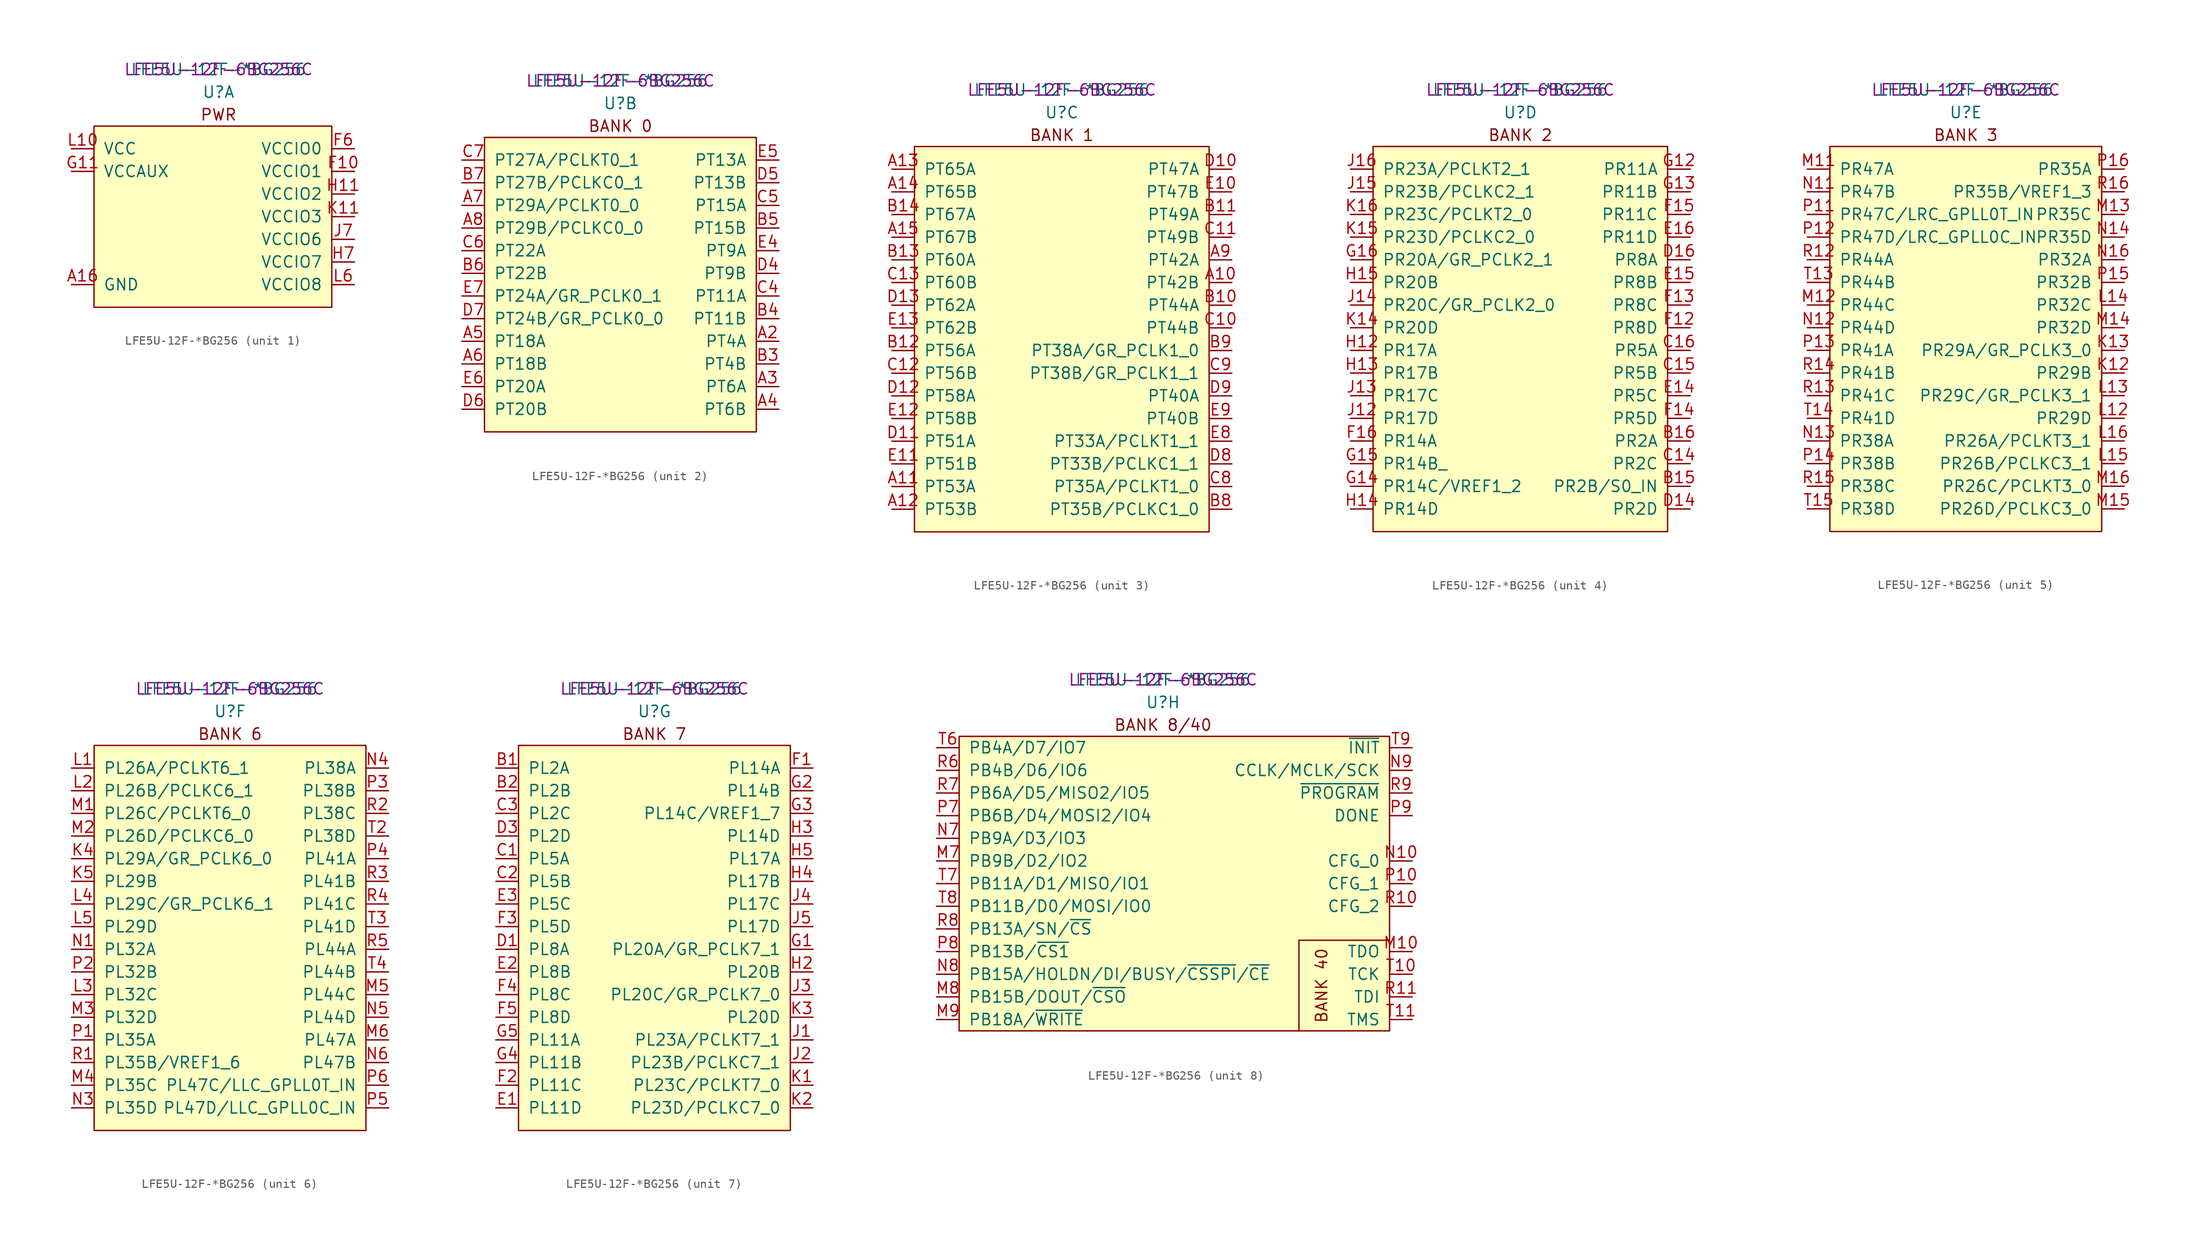
<source format=kicad_sym>
(kicad_symbol_lib
  (version 20231120)
  (generator "kicad_symbol_editor")
  (generator_version "8.0")
  (symbol "LFE5U-12F-*BG256"
    (pin_names
      (offset 1.016))
    (property "Reference" "U"
      (at 0 6.35 0)
      (effects (font (size 1.27 1.27))))
    (property "Value" "LFE5U-12F-*BG256"
      (at 0 8.89 0)
      (effects (font (size 1.27 1.27))))
    (property "MPN" "LFE5U-12F-6BG256C"
      (at 0 8.89 0)
      (effects (font (size 1.27 1.27))))
    (property "ki_locked" ""
      (at 0 0 0)
      (effects (font (size 1.27 1.27))))
    (symbol "LFE5U-12F-*BG256_1_0"
      (text "PWR" (at 0 3.81 0) (effects (font (size 1.27 1.27)))))
    (symbol "LFE5U-12F-*BG256_1_1"
      (rectangle (start -13.97 2.54) (end 12.7 -17.78) (stroke (width 0) (type default)) (fill (type background)))
      (pin passive line (at -16.51 -15.24 0) (length 2.54) hide (name "GND" (effects (font (size 1.27 1.27)))) (number "A1" (effects (font (size 1.27 1.27)))))
      (pin passive line (at -16.51 -15.24 0) (length 2.54) (name "GND" (effects (font (size 1.27 1.27)))) (number "A16" (effects (font (size 1.27 1.27)))))
      (pin passive line (at -16.51 -15.24 0) (length 2.54) hide (name "GND" (effects (font (size 1.27 1.27)))) (number "D15" (effects (font (size 1.27 1.27)))))
      (pin passive line (at -16.51 -15.24 0) (length 2.54) hide (name "GND" (effects (font (size 1.27 1.27)))) (number "D2" (effects (font (size 1.27 1.27)))))
      (pin power_in line (at 15.24 -2.54 180) (length 2.54) (name "VCCIO1" (effects (font (size 1.27 1.27)))) (number "F10" (effects (font (size 1.27 1.27)))))
      (pin passive line (at 15.24 -2.54 180) (length 2.54) hide (name "VCCIO1" (effects (font (size 1.27 1.27)))) (number "F11" (effects (font (size 1.27 1.27)))))
      (pin power_in line (at 15.24 0 180) (length 2.54) (name "VCCIO0" (effects (font (size 1.27 1.27)))) (number "F6" (effects (font (size 1.27 1.27)))))
      (pin passive line (at 15.24 0 180) (length 2.54) hide (name "VCCIO0" (effects (font (size 1.27 1.27)))) (number "F7" (effects (font (size 1.27 1.27)))))
      (pin passive line (at -16.51 -15.24 0) (length 2.54) hide (name "GND" (effects (font (size 1.27 1.27)))) (number "F8" (effects (font (size 1.27 1.27)))))
      (pin passive line (at -16.51 -15.24 0) (length 2.54) hide (name "GND" (effects (font (size 1.27 1.27)))) (number "F9" (effects (font (size 1.27 1.27)))))
      (pin passive line (at -16.51 -15.24 0) (length 2.54) hide (name "GND" (effects (font (size 1.27 1.27)))) (number "G10" (effects (font (size 1.27 1.27)))))
      (pin power_in line (at -16.51 -2.54 0) (length 2.54) (name "VCCAUX" (effects (font (size 1.27 1.27)))) (number "G11" (effects (font (size 1.27 1.27)))))
      (pin passive line (at -16.51 0 0) (length 2.54) hide (name "VCC" (effects (font (size 1.27 1.27)))) (number "G6" (effects (font (size 1.27 1.27)))))
      (pin passive line (at -16.51 0 0) (length 2.54) hide (name "VCC" (effects (font (size 1.27 1.27)))) (number "G7" (effects (font (size 1.27 1.27)))))
      (pin passive line (at -16.51 -15.24 0) (length 2.54) hide (name "GND" (effects (font (size 1.27 1.27)))) (number "G8" (effects (font (size 1.27 1.27)))))
      (pin passive line (at -16.51 0 0) (length 2.54) hide (name "VCC" (effects (font (size 1.27 1.27)))) (number "G9" (effects (font (size 1.27 1.27)))))
      (pin passive line (at -16.51 -15.24 0) (length 2.54) hide (name "GND" (effects (font (size 1.27 1.27)))) (number "H1" (effects (font (size 1.27 1.27)))))
      (pin passive line (at -16.51 -15.24 0) (length 2.54) hide (name "GND" (effects (font (size 1.27 1.27)))) (number "H10" (effects (font (size 1.27 1.27)))))
      (pin power_in line (at 15.24 -5.08 180) (length 2.54) (name "VCCIO2" (effects (font (size 1.27 1.27)))) (number "H11" (effects (font (size 1.27 1.27)))))
      (pin passive line (at -16.51 -15.24 0) (length 2.54) hide (name "GND" (effects (font (size 1.27 1.27)))) (number "H16" (effects (font (size 1.27 1.27)))))
      (pin passive line (at 15.24 -12.7 180) (length 2.54) hide (name "VCCIO7" (effects (font (size 1.27 1.27)))) (number "H6" (effects (font (size 1.27 1.27)))))
      (pin power_in line (at 15.24 -12.7 180) (length 2.54) (name "VCCIO7" (effects (font (size 1.27 1.27)))) (number "H7" (effects (font (size 1.27 1.27)))))
      (pin passive line (at -16.51 -15.24 0) (length 2.54) hide (name "GND" (effects (font (size 1.27 1.27)))) (number "H8" (effects (font (size 1.27 1.27)))))
      (pin passive line (at -16.51 -15.24 0) (length 2.54) hide (name "GND" (effects (font (size 1.27 1.27)))) (number "H9" (effects (font (size 1.27 1.27)))))
      (pin passive line (at -16.51 -15.24 0) (length 2.54) hide (name "GND" (effects (font (size 1.27 1.27)))) (number "J10" (effects (font (size 1.27 1.27)))))
      (pin passive line (at 15.24 -5.08 180) (length 2.54) hide (name "VCCIO2" (effects (font (size 1.27 1.27)))) (number "J11" (effects (font (size 1.27 1.27)))))
      (pin passive line (at 15.24 -10.16 180) (length 2.54) hide (name "VCCIO6" (effects (font (size 1.27 1.27)))) (number "J6" (effects (font (size 1.27 1.27)))))
      (pin power_in line (at 15.24 -10.16 180) (length 2.54) (name "VCCIO6" (effects (font (size 1.27 1.27)))) (number "J7" (effects (font (size 1.27 1.27)))))
      (pin passive line (at -16.51 -15.24 0) (length 2.54) hide (name "GND" (effects (font (size 1.27 1.27)))) (number "J8" (effects (font (size 1.27 1.27)))))
      (pin passive line (at -16.51 -15.24 0) (length 2.54) hide (name "GND" (effects (font (size 1.27 1.27)))) (number "J9" (effects (font (size 1.27 1.27)))))
      (pin passive line (at -16.51 -15.24 0) (length 2.54) hide (name "GND" (effects (font (size 1.27 1.27)))) (number "K10" (effects (font (size 1.27 1.27)))))
      (pin power_in line (at 15.24 -7.62 180) (length 2.54) (name "VCCIO3" (effects (font (size 1.27 1.27)))) (number "K11" (effects (font (size 1.27 1.27)))))
      (pin passive line (at -16.51 -15.24 0) (length 2.54) hide (name "GND" (effects (font (size 1.27 1.27)))) (number "K6" (effects (font (size 1.27 1.27)))))
      (pin passive line (at -16.51 -15.24 0) (length 2.54) hide (name "GND" (effects (font (size 1.27 1.27)))) (number "K7" (effects (font (size 1.27 1.27)))))
      (pin passive line (at -16.51 -15.24 0) (length 2.54) hide (name "GND" (effects (font (size 1.27 1.27)))) (number "K8" (effects (font (size 1.27 1.27)))))
      (pin passive line (at -16.51 -15.24 0) (length 2.54) hide (name "GND" (effects (font (size 1.27 1.27)))) (number "K9" (effects (font (size 1.27 1.27)))))
      (pin power_in line (at -16.51 0 0) (length 2.54) (name "VCC" (effects (font (size 1.27 1.27)))) (number "L10" (effects (font (size 1.27 1.27)))))
      (pin passive line (at 15.24 -7.62 180) (length 2.54) hide (name "VCCIO3" (effects (font (size 1.27 1.27)))) (number "L11" (effects (font (size 1.27 1.27)))))
      (pin power_in line (at 15.24 -15.24 180) (length 2.54) (name "VCCIO8" (effects (font (size 1.27 1.27)))) (number "L6" (effects (font (size 1.27 1.27)))))
      (pin passive line (at -16.51 -2.54 0) (length 2.54) hide (name "VCCAUX" (effects (font (size 1.27 1.27)))) (number "L7" (effects (font (size 1.27 1.27)))))
      (pin passive line (at -16.51 0 0) (length 2.54) hide (name "VCC" (effects (font (size 1.27 1.27)))) (number "L8" (effects (font (size 1.27 1.27)))))
      (pin passive line (at -16.51 0 0) (length 2.54) hide (name "VCC" (effects (font (size 1.27 1.27)))) (number "L9" (effects (font (size 1.27 1.27)))))
      (pin passive line (at -16.51 -15.24 0) (length 2.54) hide (name "GND" (effects (font (size 1.27 1.27)))) (number "N15" (effects (font (size 1.27 1.27)))))
      (pin passive line (at -16.51 -15.24 0) (length 2.54) hide (name "GND" (effects (font (size 1.27 1.27)))) (number "N2" (effects (font (size 1.27 1.27)))))
      (pin passive line (at -16.51 -15.24 0) (length 2.54) hide (name "GND" (effects (font (size 1.27 1.27)))) (number "T1" (effects (font (size 1.27 1.27)))))
      (pin passive line (at -16.51 -15.24 0) (length 2.54) hide (name "GND" (effects (font (size 1.27 1.27)))) (number "T12" (effects (font (size 1.27 1.27)))))
      (pin passive line (at -16.51 -15.24 0) (length 2.54) hide (name "GND" (effects (font (size 1.27 1.27)))) (number "T16" (effects (font (size 1.27 1.27)))))
      (pin passive line (at -16.51 -15.24 0) (length 2.54) hide (name "GND" (effects (font (size 1.27 1.27)))) (number "T5" (effects (font (size 1.27 1.27))))))
    (symbol "LFE5U-12F-*BG256_2_0"
      (rectangle (start -15.24 2.54) (end 15.24 -30.48) (stroke (width 0) (type default)) (fill (type background)))
      (text "BANK 0" (at 0 3.81 0) (effects (font (size 1.27 1.27)))))
    (symbol "LFE5U-12F-*BG256_2_1"
      (pin bidirectional line (at 17.78 -20.32 180) (length 2.54) (name "PT4A" (effects (font (size 1.27 1.27)))) (number "A2" (effects (font (size 1.27 1.27)))))
      (pin bidirectional line (at 17.78 -25.4 180) (length 2.54) (name "PT6A" (effects (font (size 1.27 1.27)))) (number "A3" (effects (font (size 1.27 1.27)))))
      (pin bidirectional line (at 17.78 -27.94 180) (length 2.54) (name "PT6B" (effects (font (size 1.27 1.27)))) (number "A4" (effects (font (size 1.27 1.27)))))
      (pin bidirectional line (at -17.78 -20.32 0) (length 2.54) (name "PT18A" (effects (font (size 1.27 1.27)))) (number "A5" (effects (font (size 1.27 1.27)))))
      (pin bidirectional line (at -17.78 -22.86 0) (length 2.54) (name "PT18B" (effects (font (size 1.27 1.27)))) (number "A6" (effects (font (size 1.27 1.27)))))
      (pin bidirectional line (at -17.78 -5.08 0) (length 2.54) (name "PT29A/PCLKT0_0" (effects (font (size 1.27 1.27)))) (number "A7" (effects (font (size 1.27 1.27)))))
      (pin bidirectional line (at -17.78 -7.62 0) (length 2.54) (name "PT29B/PCLKC0_0" (effects (font (size 1.27 1.27)))) (number "A8" (effects (font (size 1.27 1.27)))))
      (pin bidirectional line (at 17.78 -22.86 180) (length 2.54) (name "PT4B" (effects (font (size 1.27 1.27)))) (number "B3" (effects (font (size 1.27 1.27)))))
      (pin bidirectional line (at 17.78 -17.78 180) (length 2.54) (name "PT11B" (effects (font (size 1.27 1.27)))) (number "B4" (effects (font (size 1.27 1.27)))))
      (pin bidirectional line (at 17.78 -7.62 180) (length 2.54) (name "PT15B" (effects (font (size 1.27 1.27)))) (number "B5" (effects (font (size 1.27 1.27)))))
      (pin bidirectional line (at -17.78 -12.7 0) (length 2.54) (name "PT22B" (effects (font (size 1.27 1.27)))) (number "B6" (effects (font (size 1.27 1.27)))))
      (pin bidirectional line (at -17.78 -2.54 0) (length 2.54) (name "PT27B/PCLKC0_1" (effects (font (size 1.27 1.27)))) (number "B7" (effects (font (size 1.27 1.27)))))
      (pin bidirectional line (at 17.78 -15.24 180) (length 2.54) (name "PT11A" (effects (font (size 1.27 1.27)))) (number "C4" (effects (font (size 1.27 1.27)))))
      (pin bidirectional line (at 17.78 -5.08 180) (length 2.54) (name "PT15A" (effects (font (size 1.27 1.27)))) (number "C5" (effects (font (size 1.27 1.27)))))
      (pin bidirectional line (at -17.78 -10.16 0) (length 2.54) (name "PT22A" (effects (font (size 1.27 1.27)))) (number "C6" (effects (font (size 1.27 1.27)))))
      (pin bidirectional line (at -17.78 0 0) (length 2.54) (name "PT27A/PCLKT0_1" (effects (font (size 1.27 1.27)))) (number "C7" (effects (font (size 1.27 1.27)))))
      (pin bidirectional line (at 17.78 -12.7 180) (length 2.54) (name "PT9B" (effects (font (size 1.27 1.27)))) (number "D4" (effects (font (size 1.27 1.27)))))
      (pin bidirectional line (at 17.78 -2.54 180) (length 2.54) (name "PT13B" (effects (font (size 1.27 1.27)))) (number "D5" (effects (font (size 1.27 1.27)))))
      (pin bidirectional line (at -17.78 -27.94 0) (length 2.54) (name "PT20B" (effects (font (size 1.27 1.27)))) (number "D6" (effects (font (size 1.27 1.27)))))
      (pin bidirectional line (at -17.78 -17.78 0) (length 2.54) (name "PT24B/GR_PCLK0_0" (effects (font (size 1.27 1.27)))) (number "D7" (effects (font (size 1.27 1.27)))))
      (pin bidirectional line (at 17.78 -10.16 180) (length 2.54) (name "PT9A" (effects (font (size 1.27 1.27)))) (number "E4" (effects (font (size 1.27 1.27)))))
      (pin bidirectional line (at 17.78 0 180) (length 2.54) (name "PT13A" (effects (font (size 1.27 1.27)))) (number "E5" (effects (font (size 1.27 1.27)))))
      (pin bidirectional line (at -17.78 -25.4 0) (length 2.54) (name "PT20A" (effects (font (size 1.27 1.27)))) (number "E6" (effects (font (size 1.27 1.27)))))
      (pin bidirectional line (at -17.78 -15.24 0) (length 2.54) (name "PT24A/GR_PCLK0_1" (effects (font (size 1.27 1.27)))) (number "E7" (effects (font (size 1.27 1.27))))))
    (symbol "LFE5U-12F-*BG256_3_0"
      (rectangle (start -16.51 2.54) (end 16.51 -40.64) (stroke (width 0) (type default)) (fill (type background)))
      (text "BANK 1" (at 0 3.81 0) (effects (font (size 1.27 1.27)))))
    (symbol "LFE5U-12F-*BG256_3_1"
      (pin bidirectional line (at 19.05 -12.7 180) (length 2.54) (name "PT42B" (effects (font (size 1.27 1.27)))) (number "A10" (effects (font (size 1.27 1.27)))))
      (pin bidirectional line (at -19.05 -35.56 0) (length 2.54) (name "PT53A" (effects (font (size 1.27 1.27)))) (number "A11" (effects (font (size 1.27 1.27)))))
      (pin bidirectional line (at -19.05 -38.1 0) (length 2.54) (name "PT53B" (effects (font (size 1.27 1.27)))) (number "A12" (effects (font (size 1.27 1.27)))))
      (pin bidirectional line (at -19.05 0 0) (length 2.54) (name "PT65A" (effects (font (size 1.27 1.27)))) (number "A13" (effects (font (size 1.27 1.27)))))
      (pin bidirectional line (at -19.05 -2.54 0) (length 2.54) (name "PT65B" (effects (font (size 1.27 1.27)))) (number "A14" (effects (font (size 1.27 1.27)))))
      (pin bidirectional line (at -19.05 -7.62 0) (length 2.54) (name "PT67B" (effects (font (size 1.27 1.27)))) (number "A15" (effects (font (size 1.27 1.27)))))
      (pin bidirectional line (at 19.05 -10.16 180) (length 2.54) (name "PT42A" (effects (font (size 1.27 1.27)))) (number "A9" (effects (font (size 1.27 1.27)))))
      (pin bidirectional line (at 19.05 -15.24 180) (length 2.54) (name "PT44A" (effects (font (size 1.27 1.27)))) (number "B10" (effects (font (size 1.27 1.27)))))
      (pin bidirectional line (at 19.05 -5.08 180) (length 2.54) (name "PT49A" (effects (font (size 1.27 1.27)))) (number "B11" (effects (font (size 1.27 1.27)))))
      (pin bidirectional line (at -19.05 -20.32 0) (length 2.54) (name "PT56A" (effects (font (size 1.27 1.27)))) (number "B12" (effects (font (size 1.27 1.27)))))
      (pin bidirectional line (at -19.05 -10.16 0) (length 2.54) (name "PT60A" (effects (font (size 1.27 1.27)))) (number "B13" (effects (font (size 1.27 1.27)))))
      (pin bidirectional line (at -19.05 -5.08 0) (length 2.54) (name "PT67A" (effects (font (size 1.27 1.27)))) (number "B14" (effects (font (size 1.27 1.27)))))
      (pin bidirectional line (at 19.05 -38.1 180) (length 2.54) (name "PT35B/PCLKC1_0" (effects (font (size 1.27 1.27)))) (number "B8" (effects (font (size 1.27 1.27)))))
      (pin bidirectional line (at 19.05 -20.32 180) (length 2.54) (name "PT38A/GR_PCLK1_0" (effects (font (size 1.27 1.27)))) (number "B9" (effects (font (size 1.27 1.27)))))
      (pin bidirectional line (at 19.05 -17.78 180) (length 2.54) (name "PT44B" (effects (font (size 1.27 1.27)))) (number "C10" (effects (font (size 1.27 1.27)))))
      (pin bidirectional line (at 19.05 -7.62 180) (length 2.54) (name "PT49B" (effects (font (size 1.27 1.27)))) (number "C11" (effects (font (size 1.27 1.27)))))
      (pin bidirectional line (at -19.05 -22.86 0) (length 2.54) (name "PT56B" (effects (font (size 1.27 1.27)))) (number "C12" (effects (font (size 1.27 1.27)))))
      (pin bidirectional line (at -19.05 -12.7 0) (length 2.54) (name "PT60B" (effects (font (size 1.27 1.27)))) (number "C13" (effects (font (size 1.27 1.27)))))
      (pin bidirectional line (at 19.05 -35.56 180) (length 2.54) (name "PT35A/PCLKT1_0" (effects (font (size 1.27 1.27)))) (number "C8" (effects (font (size 1.27 1.27)))))
      (pin bidirectional line (at 19.05 -22.86 180) (length 2.54) (name "PT38B/GR_PCLK1_1" (effects (font (size 1.27 1.27)))) (number "C9" (effects (font (size 1.27 1.27)))))
      (pin bidirectional line (at 19.05 0 180) (length 2.54) (name "PT47A" (effects (font (size 1.27 1.27)))) (number "D10" (effects (font (size 1.27 1.27)))))
      (pin bidirectional line (at -19.05 -30.48 0) (length 2.54) (name "PT51A" (effects (font (size 1.27 1.27)))) (number "D11" (effects (font (size 1.27 1.27)))))
      (pin bidirectional line (at -19.05 -25.4 0) (length 2.54) (name "PT58A" (effects (font (size 1.27 1.27)))) (number "D12" (effects (font (size 1.27 1.27)))))
      (pin bidirectional line (at -19.05 -15.24 0) (length 2.54) (name "PT62A" (effects (font (size 1.27 1.27)))) (number "D13" (effects (font (size 1.27 1.27)))))
      (pin bidirectional line (at 19.05 -33.02 180) (length 2.54) (name "PT33B/PCLKC1_1" (effects (font (size 1.27 1.27)))) (number "D8" (effects (font (size 1.27 1.27)))))
      (pin bidirectional line (at 19.05 -25.4 180) (length 2.54) (name "PT40A" (effects (font (size 1.27 1.27)))) (number "D9" (effects (font (size 1.27 1.27)))))
      (pin bidirectional line (at 19.05 -2.54 180) (length 2.54) (name "PT47B" (effects (font (size 1.27 1.27)))) (number "E10" (effects (font (size 1.27 1.27)))))
      (pin bidirectional line (at -19.05 -33.02 0) (length 2.54) (name "PT51B" (effects (font (size 1.27 1.27)))) (number "E11" (effects (font (size 1.27 1.27)))))
      (pin bidirectional line (at -19.05 -27.94 0) (length 2.54) (name "PT58B" (effects (font (size 1.27 1.27)))) (number "E12" (effects (font (size 1.27 1.27)))))
      (pin bidirectional line (at -19.05 -17.78 0) (length 2.54) (name "PT62B" (effects (font (size 1.27 1.27)))) (number "E13" (effects (font (size 1.27 1.27)))))
      (pin bidirectional line (at 19.05 -30.48 180) (length 2.54) (name "PT33A/PCLKT1_1" (effects (font (size 1.27 1.27)))) (number "E8" (effects (font (size 1.27 1.27)))))
      (pin bidirectional line (at 19.05 -27.94 180) (length 2.54) (name "PT40B" (effects (font (size 1.27 1.27)))) (number "E9" (effects (font (size 1.27 1.27))))))
    (symbol "LFE5U-12F-*BG256_4_0"
      (rectangle (start -16.51 2.54) (end 16.51 -40.64) (stroke (width 0) (type default)) (fill (type background)))
      (text "BANK 2" (at 0 3.81 0) (effects (font (size 1.27 1.27)))))
    (symbol "LFE5U-12F-*BG256_4_1"
      (pin bidirectional line (at 19.05 -35.56 180) (length 2.54) (name "PR2B/S0_IN" (effects (font (size 1.27 1.27)))) (number "B15" (effects (font (size 1.27 1.27)))))
      (pin bidirectional line (at 19.05 -30.48 180) (length 2.54) (name "PR2A" (effects (font (size 1.27 1.27)))) (number "B16" (effects (font (size 1.27 1.27)))))
      (pin bidirectional line (at 19.05 -33.02 180) (length 2.54) (name "PR2C" (effects (font (size 1.27 1.27)))) (number "C14" (effects (font (size 1.27 1.27)))))
      (pin bidirectional line (at 19.05 -22.86 180) (length 2.54) (name "PR5B" (effects (font (size 1.27 1.27)))) (number "C15" (effects (font (size 1.27 1.27)))))
      (pin bidirectional line (at 19.05 -20.32 180) (length 2.54) (name "PR5A" (effects (font (size 1.27 1.27)))) (number "C16" (effects (font (size 1.27 1.27)))))
      (pin bidirectional line (at 19.05 -38.1 180) (length 2.54) (name "PR2D" (effects (font (size 1.27 1.27)))) (number "D14" (effects (font (size 1.27 1.27)))))
      (pin bidirectional line (at 19.05 -10.16 180) (length 2.54) (name "PR8A" (effects (font (size 1.27 1.27)))) (number "D16" (effects (font (size 1.27 1.27)))))
      (pin bidirectional line (at 19.05 -25.4 180) (length 2.54) (name "PR5C" (effects (font (size 1.27 1.27)))) (number "E14" (effects (font (size 1.27 1.27)))))
      (pin bidirectional line (at 19.05 -12.7 180) (length 2.54) (name "PR8B" (effects (font (size 1.27 1.27)))) (number "E15" (effects (font (size 1.27 1.27)))))
      (pin bidirectional line (at 19.05 -7.62 180) (length 2.54) (name "PR11D" (effects (font (size 1.27 1.27)))) (number "E16" (effects (font (size 1.27 1.27)))))
      (pin bidirectional line (at 19.05 -17.78 180) (length 2.54) (name "PR8D" (effects (font (size 1.27 1.27)))) (number "F12" (effects (font (size 1.27 1.27)))))
      (pin bidirectional line (at 19.05 -15.24 180) (length 2.54) (name "PR8C" (effects (font (size 1.27 1.27)))) (number "F13" (effects (font (size 1.27 1.27)))))
      (pin bidirectional line (at 19.05 -27.94 180) (length 2.54) (name "PR5D" (effects (font (size 1.27 1.27)))) (number "F14" (effects (font (size 1.27 1.27)))))
      (pin bidirectional line (at 19.05 -5.08 180) (length 2.54) (name "PR11C" (effects (font (size 1.27 1.27)))) (number "F15" (effects (font (size 1.27 1.27)))))
      (pin bidirectional line (at -19.05 -30.48 0) (length 2.54) (name "PR14A" (effects (font (size 1.27 1.27)))) (number "F16" (effects (font (size 1.27 1.27)))))
      (pin bidirectional line (at 19.05 0 180) (length 2.54) (name "PR11A" (effects (font (size 1.27 1.27)))) (number "G12" (effects (font (size 1.27 1.27)))))
      (pin bidirectional line (at 19.05 -2.54 180) (length 2.54) (name "PR11B" (effects (font (size 1.27 1.27)))) (number "G13" (effects (font (size 1.27 1.27)))))
      (pin bidirectional line (at -19.05 -35.56 0) (length 2.54) (name "PR14C/VREF1_2" (effects (font (size 1.27 1.27)))) (number "G14" (effects (font (size 1.27 1.27)))))
      (pin bidirectional line (at -19.05 -33.02 0) (length 2.54) (name "PR14B_" (effects (font (size 1.27 1.27)))) (number "G15" (effects (font (size 1.27 1.27)))))
      (pin bidirectional line (at -19.05 -10.16 0) (length 2.54) (name "PR20A/GR_PCLK2_1" (effects (font (size 1.27 1.27)))) (number "G16" (effects (font (size 1.27 1.27)))))
      (pin bidirectional line (at -19.05 -20.32 0) (length 2.54) (name "PR17A" (effects (font (size 1.27 1.27)))) (number "H12" (effects (font (size 1.27 1.27)))))
      (pin bidirectional line (at -19.05 -22.86 0) (length 2.54) (name "PR17B" (effects (font (size 1.27 1.27)))) (number "H13" (effects (font (size 1.27 1.27)))))
      (pin bidirectional line (at -19.05 -38.1 0) (length 2.54) (name "PR14D" (effects (font (size 1.27 1.27)))) (number "H14" (effects (font (size 1.27 1.27)))))
      (pin bidirectional line (at -19.05 -12.7 0) (length 2.54) (name "PR20B" (effects (font (size 1.27 1.27)))) (number "H15" (effects (font (size 1.27 1.27)))))
      (pin bidirectional line (at -19.05 -27.94 0) (length 2.54) (name "PR17D" (effects (font (size 1.27 1.27)))) (number "J12" (effects (font (size 1.27 1.27)))))
      (pin bidirectional line (at -19.05 -25.4 0) (length 2.54) (name "PR17C" (effects (font (size 1.27 1.27)))) (number "J13" (effects (font (size 1.27 1.27)))))
      (pin bidirectional line (at -19.05 -15.24 0) (length 2.54) (name "PR20C/GR_PCLK2_0" (effects (font (size 1.27 1.27)))) (number "J14" (effects (font (size 1.27 1.27)))))
      (pin bidirectional line (at -19.05 -2.54 0) (length 2.54) (name "PR23B/PCLKC2_1" (effects (font (size 1.27 1.27)))) (number "J15" (effects (font (size 1.27 1.27)))))
      (pin bidirectional line (at -19.05 0 0) (length 2.54) (name "PR23A/PCLKT2_1" (effects (font (size 1.27 1.27)))) (number "J16" (effects (font (size 1.27 1.27)))))
      (pin bidirectional line (at -19.05 -17.78 0) (length 2.54) (name "PR20D" (effects (font (size 1.27 1.27)))) (number "K14" (effects (font (size 1.27 1.27)))))
      (pin bidirectional line (at -19.05 -7.62 0) (length 2.54) (name "PR23D/PCLKC2_0" (effects (font (size 1.27 1.27)))) (number "K15" (effects (font (size 1.27 1.27)))))
      (pin bidirectional line (at -19.05 -5.08 0) (length 2.54) (name "PR23C/PCLKT2_0" (effects (font (size 1.27 1.27)))) (number "K16" (effects (font (size 1.27 1.27))))))
    (symbol "LFE5U-12F-*BG256_5_0"
      (rectangle (start -15.24 2.54) (end 15.24 -40.64) (stroke (width 0) (type default)) (fill (type background)))
      (text "BANK 3" (at 0 3.81 0) (effects (font (size 1.27 1.27)))))
    (symbol "LFE5U-12F-*BG256_5_1"
      (pin bidirectional line (at 17.78 -22.86 180) (length 2.54) (name "PR29B" (effects (font (size 1.27 1.27)))) (number "K12" (effects (font (size 1.27 1.27)))))
      (pin bidirectional line (at 17.78 -20.32 180) (length 2.54) (name "PR29A/GR_PCLK3_0" (effects (font (size 1.27 1.27)))) (number "K13" (effects (font (size 1.27 1.27)))))
      (pin bidirectional line (at 17.78 -27.94 180) (length 2.54) (name "PR29D" (effects (font (size 1.27 1.27)))) (number "L12" (effects (font (size 1.27 1.27)))))
      (pin bidirectional line (at 17.78 -25.4 180) (length 2.54) (name "PR29C/GR_PCLK3_1" (effects (font (size 1.27 1.27)))) (number "L13" (effects (font (size 1.27 1.27)))))
      (pin bidirectional line (at 17.78 -15.24 180) (length 2.54) (name "PR32C" (effects (font (size 1.27 1.27)))) (number "L14" (effects (font (size 1.27 1.27)))))
      (pin bidirectional line (at 17.78 -33.02 180) (length 2.54) (name "PR26B/PCLKC3_1" (effects (font (size 1.27 1.27)))) (number "L15" (effects (font (size 1.27 1.27)))))
      (pin bidirectional line (at 17.78 -30.48 180) (length 2.54) (name "PR26A/PCLKT3_1" (effects (font (size 1.27 1.27)))) (number "L16" (effects (font (size 1.27 1.27)))))
      (pin bidirectional line (at -17.78 0 0) (length 2.54) (name "PR47A" (effects (font (size 1.27 1.27)))) (number "M11" (effects (font (size 1.27 1.27)))))
      (pin bidirectional line (at -17.78 -15.24 0) (length 2.54) (name "PR44C" (effects (font (size 1.27 1.27)))) (number "M12" (effects (font (size 1.27 1.27)))))
      (pin bidirectional line (at 17.78 -5.08 180) (length 2.54) (name "PR35C" (effects (font (size 1.27 1.27)))) (number "M13" (effects (font (size 1.27 1.27)))))
      (pin bidirectional line (at 17.78 -17.78 180) (length 2.54) (name "PR32D" (effects (font (size 1.27 1.27)))) (number "M14" (effects (font (size 1.27 1.27)))))
      (pin bidirectional line (at 17.78 -38.1 180) (length 2.54) (name "PR26D/PCLKC3_0" (effects (font (size 1.27 1.27)))) (number "M15" (effects (font (size 1.27 1.27)))))
      (pin bidirectional line (at 17.78 -35.56 180) (length 2.54) (name "PR26C/PCLKT3_0" (effects (font (size 1.27 1.27)))) (number "M16" (effects (font (size 1.27 1.27)))))
      (pin bidirectional line (at -17.78 -2.54 0) (length 2.54) (name "PR47B" (effects (font (size 1.27 1.27)))) (number "N11" (effects (font (size 1.27 1.27)))))
      (pin bidirectional line (at -17.78 -17.78 0) (length 2.54) (name "PR44D" (effects (font (size 1.27 1.27)))) (number "N12" (effects (font (size 1.27 1.27)))))
      (pin bidirectional line (at -17.78 -30.48 0) (length 2.54) (name "PR38A" (effects (font (size 1.27 1.27)))) (number "N13" (effects (font (size 1.27 1.27)))))
      (pin bidirectional line (at 17.78 -7.62 180) (length 2.54) (name "PR35D" (effects (font (size 1.27 1.27)))) (number "N14" (effects (font (size 1.27 1.27)))))
      (pin bidirectional line (at 17.78 -10.16 180) (length 2.54) (name "PR32A" (effects (font (size 1.27 1.27)))) (number "N16" (effects (font (size 1.27 1.27)))))
      (pin bidirectional line (at -17.78 -5.08 0) (length 2.54) (name "PR47C/LRC_GPLL0T_IN" (effects (font (size 1.27 1.27)))) (number "P11" (effects (font (size 1.27 1.27)))))
      (pin bidirectional line (at -17.78 -7.62 0) (length 2.54) (name "PR47D/LRC_GPLL0C_IN" (effects (font (size 1.27 1.27)))) (number "P12" (effects (font (size 1.27 1.27)))))
      (pin bidirectional line (at -17.78 -20.32 0) (length 2.54) (name "PR41A" (effects (font (size 1.27 1.27)))) (number "P13" (effects (font (size 1.27 1.27)))))
      (pin bidirectional line (at -17.78 -33.02 0) (length 2.54) (name "PR38B" (effects (font (size 1.27 1.27)))) (number "P14" (effects (font (size 1.27 1.27)))))
      (pin bidirectional line (at 17.78 -12.7 180) (length 2.54) (name "PR32B" (effects (font (size 1.27 1.27)))) (number "P15" (effects (font (size 1.27 1.27)))))
      (pin bidirectional line (at 17.78 0 180) (length 2.54) (name "PR35A" (effects (font (size 1.27 1.27)))) (number "P16" (effects (font (size 1.27 1.27)))))
      (pin bidirectional line (at -17.78 -10.16 0) (length 2.54) (name "PR44A" (effects (font (size 1.27 1.27)))) (number "R12" (effects (font (size 1.27 1.27)))))
      (pin bidirectional line (at -17.78 -25.4 0) (length 2.54) (name "PR41C" (effects (font (size 1.27 1.27)))) (number "R13" (effects (font (size 1.27 1.27)))))
      (pin bidirectional line (at -17.78 -22.86 0) (length 2.54) (name "PR41B" (effects (font (size 1.27 1.27)))) (number "R14" (effects (font (size 1.27 1.27)))))
      (pin bidirectional line (at -17.78 -35.56 0) (length 2.54) (name "PR38C" (effects (font (size 1.27 1.27)))) (number "R15" (effects (font (size 1.27 1.27)))))
      (pin bidirectional line (at 17.78 -2.54 180) (length 2.54) (name "PR35B/VREF1_3" (effects (font (size 1.27 1.27)))) (number "R16" (effects (font (size 1.27 1.27)))))
      (pin bidirectional line (at -17.78 -12.7 0) (length 2.54) (name "PR44B" (effects (font (size 1.27 1.27)))) (number "T13" (effects (font (size 1.27 1.27)))))
      (pin bidirectional line (at -17.78 -27.94 0) (length 2.54) (name "PR41D" (effects (font (size 1.27 1.27)))) (number "T14" (effects (font (size 1.27 1.27)))))
      (pin bidirectional line (at -17.78 -38.1 0) (length 2.54) (name "PR38D" (effects (font (size 1.27 1.27)))) (number "T15" (effects (font (size 1.27 1.27))))))
    (symbol "LFE5U-12F-*BG256_6_1"
      (rectangle (start -15.24 2.54) (end 15.24 -40.64) (stroke (width 0) (type default)) (fill (type background)))
      (text "BANK 6" (at 0 3.81 0) (effects (font (size 1.27 1.27))))
      (pin bidirectional line (at -17.78 -10.16 0) (length 2.54) (name "PL29A/GR_PCLK6_0" (effects (font (size 1.27 1.27)))) (number "K4" (effects (font (size 1.27 1.27)))))
      (pin bidirectional line (at -17.78 -12.7 0) (length 2.54) (name "PL29B" (effects (font (size 1.27 1.27)))) (number "K5" (effects (font (size 1.27 1.27)))))
      (pin bidirectional line (at -17.78 0 0) (length 2.54) (name "PL26A/PCLKT6_1" (effects (font (size 1.27 1.27)))) (number "L1" (effects (font (size 1.27 1.27)))))
      (pin bidirectional line (at -17.78 -2.54 0) (length 2.54) (name "PL26B/PCLKC6_1" (effects (font (size 1.27 1.27)))) (number "L2" (effects (font (size 1.27 1.27)))))
      (pin bidirectional line (at -17.78 -25.4 0) (length 2.54) (name "PL32C" (effects (font (size 1.27 1.27)))) (number "L3" (effects (font (size 1.27 1.27)))))
      (pin bidirectional line (at -17.78 -15.24 0) (length 2.54) (name "PL29C/GR_PCLK6_1" (effects (font (size 1.27 1.27)))) (number "L4" (effects (font (size 1.27 1.27)))))
      (pin bidirectional line (at -17.78 -17.78 0) (length 2.54) (name "PL29D" (effects (font (size 1.27 1.27)))) (number "L5" (effects (font (size 1.27 1.27)))))
      (pin bidirectional line (at -17.78 -5.08 0) (length 2.54) (name "PL26C/PCLKT6_0" (effects (font (size 1.27 1.27)))) (number "M1" (effects (font (size 1.27 1.27)))))
      (pin bidirectional line (at -17.78 -7.62 0) (length 2.54) (name "PL26D/PCLKC6_0" (effects (font (size 1.27 1.27)))) (number "M2" (effects (font (size 1.27 1.27)))))
      (pin bidirectional line (at -17.78 -27.94 0) (length 2.54) (name "PL32D" (effects (font (size 1.27 1.27)))) (number "M3" (effects (font (size 1.27 1.27)))))
      (pin bidirectional line (at -17.78 -35.56 0) (length 2.54) (name "PL35C" (effects (font (size 1.27 1.27)))) (number "M4" (effects (font (size 1.27 1.27)))))
      (pin bidirectional line (at 17.78 -25.4 180) (length 2.54) (name "PL44C" (effects (font (size 1.27 1.27)))) (number "M5" (effects (font (size 1.27 1.27)))))
      (pin bidirectional line (at 17.78 -30.48 180) (length 2.54) (name "PL47A" (effects (font (size 1.27 1.27)))) (number "M6" (effects (font (size 1.27 1.27)))))
      (pin bidirectional line (at -17.78 -20.32 0) (length 2.54) (name "PL32A" (effects (font (size 1.27 1.27)))) (number "N1" (effects (font (size 1.27 1.27)))))
      (pin bidirectional line (at -17.78 -38.1 0) (length 2.54) (name "PL35D" (effects (font (size 1.27 1.27)))) (number "N3" (effects (font (size 1.27 1.27)))))
      (pin bidirectional line (at 17.78 0 180) (length 2.54) (name "PL38A" (effects (font (size 1.27 1.27)))) (number "N4" (effects (font (size 1.27 1.27)))))
      (pin bidirectional line (at 17.78 -27.94 180) (length 2.54) (name "PL44D" (effects (font (size 1.27 1.27)))) (number "N5" (effects (font (size 1.27 1.27)))))
      (pin bidirectional line (at 17.78 -33.02 180) (length 2.54) (name "PL47B" (effects (font (size 1.27 1.27)))) (number "N6" (effects (font (size 1.27 1.27)))))
      (pin bidirectional line (at -17.78 -30.48 0) (length 2.54) (name "PL35A" (effects (font (size 1.27 1.27)))) (number "P1" (effects (font (size 1.27 1.27)))))
      (pin bidirectional line (at -17.78 -22.86 0) (length 2.54) (name "PL32B" (effects (font (size 1.27 1.27)))) (number "P2" (effects (font (size 1.27 1.27)))))
      (pin bidirectional line (at 17.78 -2.54 180) (length 2.54) (name "PL38B" (effects (font (size 1.27 1.27)))) (number "P3" (effects (font (size 1.27 1.27)))))
      (pin bidirectional line (at 17.78 -10.16 180) (length 2.54) (name "PL41A" (effects (font (size 1.27 1.27)))) (number "P4" (effects (font (size 1.27 1.27)))))
      (pin bidirectional line (at 17.78 -38.1 180) (length 2.54) (name "PL47D/LLC_GPLL0C_IN" (effects (font (size 1.27 1.27)))) (number "P5" (effects (font (size 1.27 1.27)))))
      (pin bidirectional line (at 17.78 -35.56 180) (length 2.54) (name "PL47C/LLC_GPLL0T_IN" (effects (font (size 1.27 1.27)))) (number "P6" (effects (font (size 1.27 1.27)))))
      (pin bidirectional line (at -17.78 -33.02 0) (length 2.54) (name "PL35B/VREF1_6" (effects (font (size 1.27 1.27)))) (number "R1" (effects (font (size 1.27 1.27)))))
      (pin bidirectional line (at 17.78 -5.08 180) (length 2.54) (name "PL38C" (effects (font (size 1.27 1.27)))) (number "R2" (effects (font (size 1.27 1.27)))))
      (pin bidirectional line (at 17.78 -12.7 180) (length 2.54) (name "PL41B" (effects (font (size 1.27 1.27)))) (number "R3" (effects (font (size 1.27 1.27)))))
      (pin bidirectional line (at 17.78 -15.24 180) (length 2.54) (name "PL41C" (effects (font (size 1.27 1.27)))) (number "R4" (effects (font (size 1.27 1.27)))))
      (pin bidirectional line (at 17.78 -20.32 180) (length 2.54) (name "PL44A" (effects (font (size 1.27 1.27)))) (number "R5" (effects (font (size 1.27 1.27)))))
      (pin bidirectional line (at 17.78 -7.62 180) (length 2.54) (name "PL38D" (effects (font (size 1.27 1.27)))) (number "T2" (effects (font (size 1.27 1.27)))))
      (pin bidirectional line (at 17.78 -17.78 180) (length 2.54) (name "PL41D" (effects (font (size 1.27 1.27)))) (number "T3" (effects (font (size 1.27 1.27)))))
      (pin bidirectional line (at 17.78 -22.86 180) (length 2.54) (name "PL44B" (effects (font (size 1.27 1.27)))) (number "T4" (effects (font (size 1.27 1.27))))))
    (symbol "LFE5U-12F-*BG256_7_0"
      (rectangle (start -15.24 2.54) (end 15.24 -40.64) (stroke (width 0) (type default)) (fill (type background)))
      (text "BANK 7" (at 0 3.81 0) (effects (font (size 1.27 1.27)))))
    (symbol "LFE5U-12F-*BG256_7_1"
      (pin bidirectional line (at -17.78 0 0) (length 2.54) (name "PL2A" (effects (font (size 1.27 1.27)))) (number "B1" (effects (font (size 1.27 1.27)))))
      (pin bidirectional line (at -17.78 -2.54 0) (length 2.54) (name "PL2B" (effects (font (size 1.27 1.27)))) (number "B2" (effects (font (size 1.27 1.27)))))
      (pin bidirectional line (at -17.78 -10.16 0) (length 2.54) (name "PL5A" (effects (font (size 1.27 1.27)))) (number "C1" (effects (font (size 1.27 1.27)))))
      (pin bidirectional line (at -17.78 -12.7 0) (length 2.54) (name "PL5B" (effects (font (size 1.27 1.27)))) (number "C2" (effects (font (size 1.27 1.27)))))
      (pin bidirectional line (at -17.78 -5.08 0) (length 2.54) (name "PL2C" (effects (font (size 1.27 1.27)))) (number "C3" (effects (font (size 1.27 1.27)))))
      (pin bidirectional line (at -17.78 -20.32 0) (length 2.54) (name "PL8A" (effects (font (size 1.27 1.27)))) (number "D1" (effects (font (size 1.27 1.27)))))
      (pin bidirectional line (at -17.78 -7.62 0) (length 2.54) (name "PL2D" (effects (font (size 1.27 1.27)))) (number "D3" (effects (font (size 1.27 1.27)))))
      (pin bidirectional line (at -17.78 -38.1 0) (length 2.54) (name "PL11D" (effects (font (size 1.27 1.27)))) (number "E1" (effects (font (size 1.27 1.27)))))
      (pin bidirectional line (at -17.78 -22.86 0) (length 2.54) (name "PL8B" (effects (font (size 1.27 1.27)))) (number "E2" (effects (font (size 1.27 1.27)))))
      (pin bidirectional line (at -17.78 -15.24 0) (length 2.54) (name "PL5C" (effects (font (size 1.27 1.27)))) (number "E3" (effects (font (size 1.27 1.27)))))
      (pin bidirectional line (at 17.78 0 180) (length 2.54) (name "PL14A" (effects (font (size 1.27 1.27)))) (number "F1" (effects (font (size 1.27 1.27)))))
      (pin bidirectional line (at -17.78 -35.56 0) (length 2.54) (name "PL11C" (effects (font (size 1.27 1.27)))) (number "F2" (effects (font (size 1.27 1.27)))))
      (pin bidirectional line (at -17.78 -17.78 0) (length 2.54) (name "PL5D" (effects (font (size 1.27 1.27)))) (number "F3" (effects (font (size 1.27 1.27)))))
      (pin bidirectional line (at -17.78 -25.4 0) (length 2.54) (name "PL8C" (effects (font (size 1.27 1.27)))) (number "F4" (effects (font (size 1.27 1.27)))))
      (pin bidirectional line (at -17.78 -27.94 0) (length 2.54) (name "PL8D" (effects (font (size 1.27 1.27)))) (number "F5" (effects (font (size 1.27 1.27)))))
      (pin bidirectional line (at 17.78 -20.32 180) (length 2.54) (name "PL20A/GR_PCLK7_1" (effects (font (size 1.27 1.27)))) (number "G1" (effects (font (size 1.27 1.27)))))
      (pin bidirectional line (at 17.78 -2.54 180) (length 2.54) (name "PL14B" (effects (font (size 1.27 1.27)))) (number "G2" (effects (font (size 1.27 1.27)))))
      (pin bidirectional line (at 17.78 -5.08 180) (length 2.54) (name "PL14C/VREF1_7" (effects (font (size 1.27 1.27)))) (number "G3" (effects (font (size 1.27 1.27)))))
      (pin bidirectional line (at -17.78 -33.02 0) (length 2.54) (name "PL11B" (effects (font (size 1.27 1.27)))) (number "G4" (effects (font (size 1.27 1.27)))))
      (pin bidirectional line (at -17.78 -30.48 0) (length 2.54) (name "PL11A" (effects (font (size 1.27 1.27)))) (number "G5" (effects (font (size 1.27 1.27)))))
      (pin bidirectional line (at 17.78 -22.86 180) (length 2.54) (name "PL20B" (effects (font (size 1.27 1.27)))) (number "H2" (effects (font (size 1.27 1.27)))))
      (pin bidirectional line (at 17.78 -7.62 180) (length 2.54) (name "PL14D" (effects (font (size 1.27 1.27)))) (number "H3" (effects (font (size 1.27 1.27)))))
      (pin bidirectional line (at 17.78 -12.7 180) (length 2.54) (name "PL17B" (effects (font (size 1.27 1.27)))) (number "H4" (effects (font (size 1.27 1.27)))))
      (pin bidirectional line (at 17.78 -10.16 180) (length 2.54) (name "PL17A" (effects (font (size 1.27 1.27)))) (number "H5" (effects (font (size 1.27 1.27)))))
      (pin bidirectional line (at 17.78 -30.48 180) (length 2.54) (name "PL23A/PCLKT7_1" (effects (font (size 1.27 1.27)))) (number "J1" (effects (font (size 1.27 1.27)))))
      (pin bidirectional line (at 17.78 -33.02 180) (length 2.54) (name "PL23B/PCLKC7_1" (effects (font (size 1.27 1.27)))) (number "J2" (effects (font (size 1.27 1.27)))))
      (pin bidirectional line (at 17.78 -25.4 180) (length 2.54) (name "PL20C/GR_PCLK7_0" (effects (font (size 1.27 1.27)))) (number "J3" (effects (font (size 1.27 1.27)))))
      (pin bidirectional line (at 17.78 -15.24 180) (length 2.54) (name "PL17C" (effects (font (size 1.27 1.27)))) (number "J4" (effects (font (size 1.27 1.27)))))
      (pin bidirectional line (at 17.78 -17.78 180) (length 2.54) (name "PL17D" (effects (font (size 1.27 1.27)))) (number "J5" (effects (font (size 1.27 1.27)))))
      (pin bidirectional line (at 17.78 -35.56 180) (length 2.54) (name "PL23C/PCLKT7_0" (effects (font (size 1.27 1.27)))) (number "K1" (effects (font (size 1.27 1.27)))))
      (pin bidirectional line (at 17.78 -38.1 180) (length 2.54) (name "PL23D/PCLKC7_0" (effects (font (size 1.27 1.27)))) (number "K2" (effects (font (size 1.27 1.27)))))
      (pin bidirectional line (at 17.78 -27.94 180) (length 2.54) (name "PL20D" (effects (font (size 1.27 1.27)))) (number "K3" (effects (font (size 1.27 1.27))))))
    (symbol "LFE5U-12F-*BG256_8_0"
      (rectangle (start -22.86 2.54) (end 25.4 -30.48) (stroke (width 0) (type default)) (fill (type background)))
      (polyline (pts (xy 25.4 -20.32) (xy 15.24 -20.32) (xy 15.24 -30.48)) (stroke (width 0) (type default)) (fill (type none)))
      (text "BANK 40" (at 17.78 -25.4 900) (effects (font (size 1.27 1.27))))
      (text "BANK 8/40" (at 0 3.81 0) (effects (font (size 1.27 1.27)))))
    (symbol "LFE5U-12F-*BG256_8_1"
      (pin bidirectional line (at 27.94 -21.59 180) (length 2.54) (name "TDO" (effects (font (size 1.27 1.27)))) (number "M10" (effects (font (size 1.27 1.27)))))
      (pin bidirectional line (at -25.4 -11.43 0) (length 2.54) (name "PB9B/D2/IO2" (effects (font (size 1.27 1.27)))) (number "M7" (effects (font (size 1.27 1.27)))))
      (pin bidirectional line (at -25.4 -26.67 0) (length 2.54) (name "PB15B/DOUT/~{CSO}" (effects (font (size 1.27 1.27)))) (number "M8" (effects (font (size 1.27 1.27)))))
      (pin bidirectional line (at -25.4 -29.21 0) (length 2.54) (name "PB18A/~{WRITE}" (effects (font (size 1.27 1.27)))) (number "M9" (effects (font (size 1.27 1.27)))))
      (pin bidirectional line (at 27.94 -11.43 180) (length 2.54) (name "CFG_0" (effects (font (size 1.27 1.27)))) (number "N10" (effects (font (size 1.27 1.27)))))
      (pin bidirectional line (at -25.4 -8.89 0) (length 2.54) (name "PB9A/D3/IO3" (effects (font (size 1.27 1.27)))) (number "N7" (effects (font (size 1.27 1.27)))))
      (pin bidirectional line (at -25.4 -24.13 0) (length 2.54) (name "PB15A/HOLDN/DI/BUSY/~{CSSPI}/~{CE}" (effects (font (size 1.27 1.27)))) (number "N8" (effects (font (size 1.27 1.27)))))
      (pin bidirectional line (at 27.94 -1.27 180) (length 2.54) (name "CCLK/MCLK/SCK" (effects (font (size 1.27 1.27)))) (number "N9" (effects (font (size 1.27 1.27)))))
      (pin bidirectional line (at 27.94 -13.97 180) (length 2.54) (name "CFG_1" (effects (font (size 1.27 1.27)))) (number "P10" (effects (font (size 1.27 1.27)))))
      (pin bidirectional line (at -25.4 -6.35 0) (length 2.54) (name "PB6B/D4/MOSI2/IO4" (effects (font (size 1.27 1.27)))) (number "P7" (effects (font (size 1.27 1.27)))))
      (pin bidirectional line (at -25.4 -21.59 0) (length 2.54) (name "PB13B/~{CS1}" (effects (font (size 1.27 1.27)))) (number "P8" (effects (font (size 1.27 1.27)))))
      (pin bidirectional line (at 27.94 -6.35 180) (length 2.54) (name "DONE" (effects (font (size 1.27 1.27)))) (number "P9" (effects (font (size 1.27 1.27)))))
      (pin bidirectional line (at 27.94 -16.51 180) (length 2.54) (name "CFG_2" (effects (font (size 1.27 1.27)))) (number "R10" (effects (font (size 1.27 1.27)))))
      (pin bidirectional line (at 27.94 -26.67 180) (length 2.54) (name "TDI" (effects (font (size 1.27 1.27)))) (number "R11" (effects (font (size 1.27 1.27)))))
      (pin bidirectional line (at -25.4 -1.27 0) (length 2.54) (name "PB4B/D6/IO6" (effects (font (size 1.27 1.27)))) (number "R6" (effects (font (size 1.27 1.27)))))
      (pin bidirectional line (at -25.4 -3.81 0) (length 2.54) (name "PB6A/D5/MISO2/IO5" (effects (font (size 1.27 1.27)))) (number "R7" (effects (font (size 1.27 1.27)))))
      (pin bidirectional line (at -25.4 -19.05 0) (length 2.54) (name "PB13A/SN/~{CS}" (effects (font (size 1.27 1.27)))) (number "R8" (effects (font (size 1.27 1.27)))))
      (pin bidirectional line (at 27.94 -3.81 180) (length 2.54) (name "~{PROGRAM}" (effects (font (size 1.27 1.27)))) (number "R9" (effects (font (size 1.27 1.27)))))
      (pin bidirectional line (at 27.94 -24.13 180) (length 2.54) (name "TCK" (effects (font (size 1.27 1.27)))) (number "T10" (effects (font (size 1.27 1.27)))))
      (pin bidirectional line (at 27.94 -29.21 180) (length 2.54) (name "TMS" (effects (font (size 1.27 1.27)))) (number "T11" (effects (font (size 1.27 1.27)))))
      (pin bidirectional line (at -25.4 1.27 0) (length 2.54) (name "PB4A/D7/IO7" (effects (font (size 1.27 1.27)))) (number "T6" (effects (font (size 1.27 1.27)))))
      (pin bidirectional line (at -25.4 -13.97 0) (length 2.54) (name "PB11A/D1/MISO/IO1" (effects (font (size 1.27 1.27)))) (number "T7" (effects (font (size 1.27 1.27)))))
      (pin bidirectional line (at -25.4 -16.51 0) (length 2.54) (name "PB11B/D0/MOSI/IO0" (effects (font (size 1.27 1.27)))) (number "T8" (effects (font (size 1.27 1.27)))))
      (pin bidirectional line (at 27.94 1.27 180) (length 2.54) (name "~{INIT}" (effects (font (size 1.27 1.27)))) (number "T9" (effects (font (size 1.27 1.27))))))))
</source>
